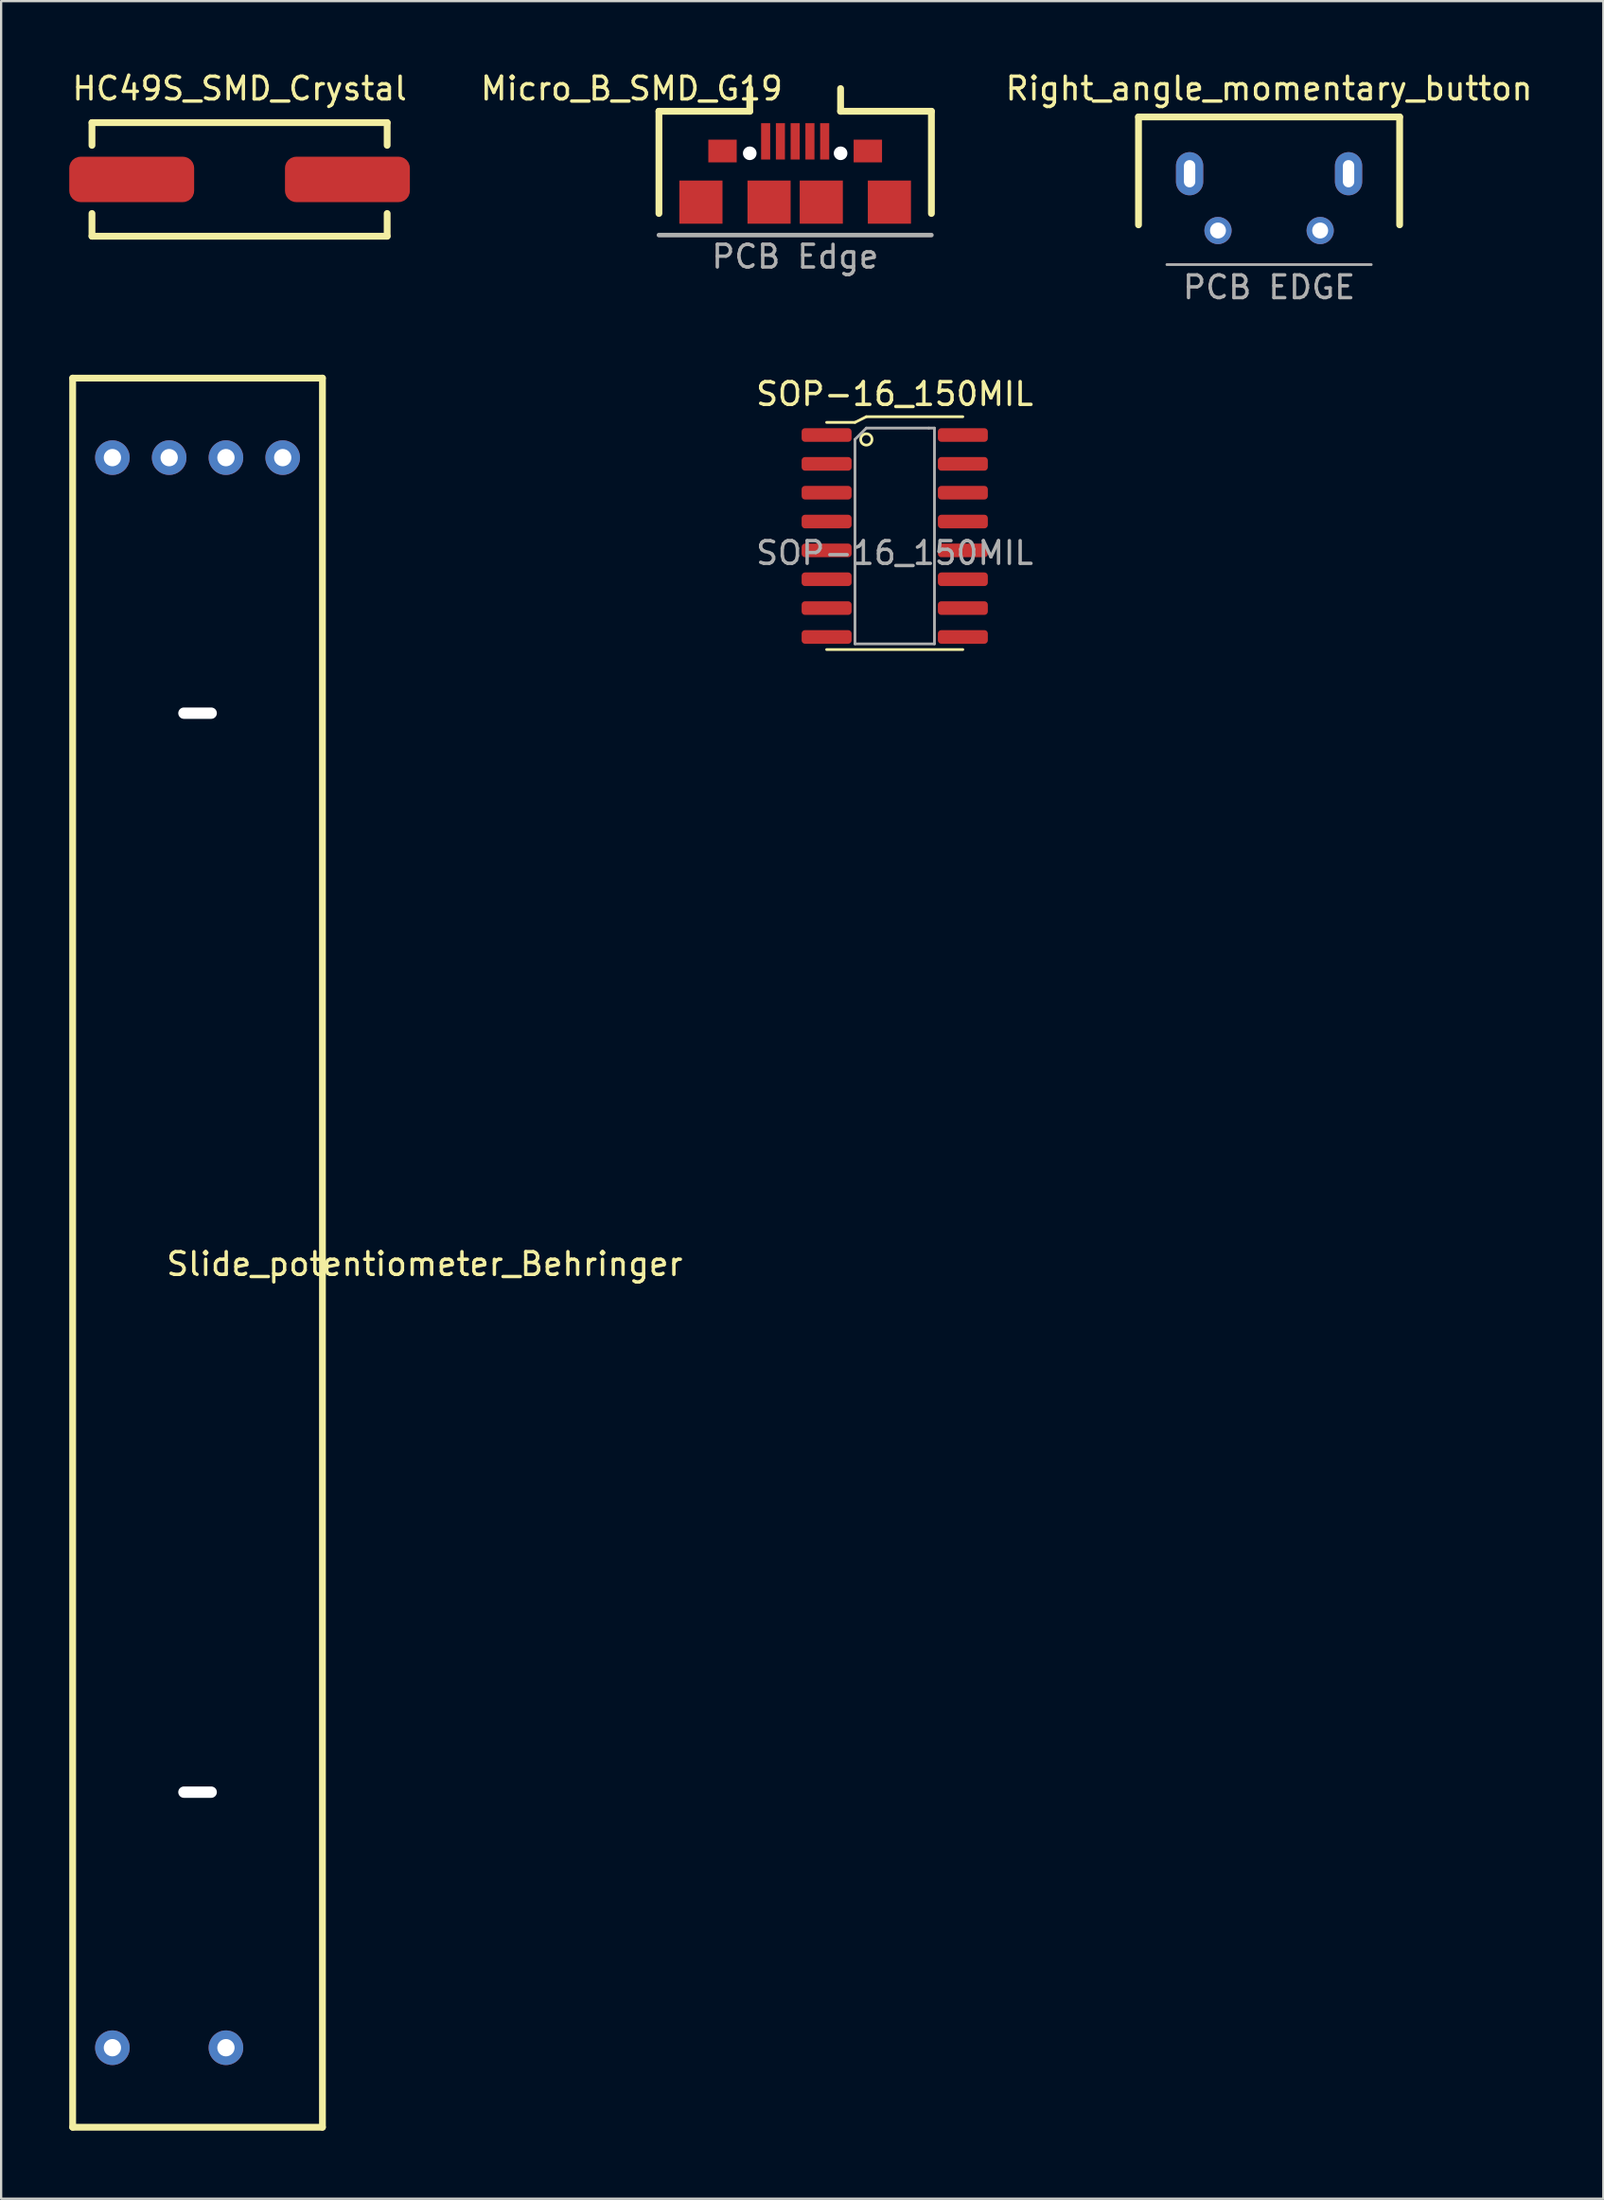
<source format=kicad_pcb>
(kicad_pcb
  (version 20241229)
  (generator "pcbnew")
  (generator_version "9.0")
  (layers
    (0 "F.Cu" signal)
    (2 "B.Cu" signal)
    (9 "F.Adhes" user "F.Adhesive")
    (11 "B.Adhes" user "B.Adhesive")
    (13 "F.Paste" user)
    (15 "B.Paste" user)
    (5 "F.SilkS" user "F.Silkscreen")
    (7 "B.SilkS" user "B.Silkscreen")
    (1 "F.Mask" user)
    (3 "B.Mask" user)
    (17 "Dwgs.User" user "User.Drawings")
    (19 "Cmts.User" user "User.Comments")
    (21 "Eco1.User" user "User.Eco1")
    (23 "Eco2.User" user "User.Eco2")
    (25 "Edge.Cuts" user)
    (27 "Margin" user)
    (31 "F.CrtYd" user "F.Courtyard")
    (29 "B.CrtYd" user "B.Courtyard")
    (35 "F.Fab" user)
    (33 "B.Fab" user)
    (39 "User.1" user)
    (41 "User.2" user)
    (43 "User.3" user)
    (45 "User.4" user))
  (footprint "HC49S_SMD_Crystal"
    (layer "F.Cu")
    (at 7.5 4.848)
    (property "Reference" "HC49S_SMD_Crystal" (at 0 -4 0) (layer "F.SilkS") (effects (font (size 1 1) (thickness 0.15))))
    (attr through_hole)
    (fp_line (start -6.5 -2.5) (end 6.5 -2.5) (stroke (width 0.3) (type solid)) (layer "F.SilkS"))
    (fp_line (start -6.5 -1.5) (end -6.5 -2.5) (stroke (width 0.3) (type solid)) (layer "F.SilkS"))
    (fp_line (start -6.5 2.5) (end -6.5 1.5) (stroke (width 0.3) (type solid)) (layer "F.SilkS"))
    (fp_line (start 6.5 -2.5) (end 6.5 -1.5) (stroke (width 0.3) (type solid)) (layer "F.SilkS"))
    (fp_line (start 6.5 1.5) (end 6.5 2.5) (stroke (width 0.3) (type solid)) (layer "F.SilkS"))
    (fp_line (start 6.5 2.5) (end -6.5 2.5) (stroke (width 0.3) (type solid)) (layer "F.SilkS"))
    (pad "1" smd roundrect (at 4.75 0) (size 5.5 2) (layers "F.Cu" "F.Mask" "F.Paste") (roundrect_rratio 0.25))
    (pad "2" smd roundrect (at -4.75 0) (size 5.5 2) (layers "F.Cu" "F.Mask" "F.Paste") (roundrect_rratio 0.25)))
  (footprint "Micro_B_SMD_G19"
    (layer "F.Cu")
    (at 31.968 5.848)
    (property "Reference" "Micro_B_SMD_G19" (at -7.2 -5 0) (layer "F.SilkS") (effects (font (size 1 1) (thickness 0.15))))
    (attr through_hole)
    (fp_line (start -6 -4) (end -6 0.5) (stroke (width 0.3) (type solid)) (layer "F.SilkS"))
    (fp_line (start -2 -5) (end -2 -4) (stroke (width 0.3) (type solid)) (layer "F.SilkS"))
    (fp_line (start -2 -4) (end -6 -4) (stroke (width 0.3) (type solid)) (layer "F.SilkS"))
    (fp_line (start 2 -4) (end 2 -5) (stroke (width 0.3) (type solid)) (layer "F.SilkS"))
    (fp_line (start 2 -4) (end 6 -4) (stroke (width 0.3) (type solid)) (layer "F.SilkS"))
    (fp_line (start 6 0.5) (end 6 -4) (stroke (width 0.3) (type solid)) (layer "F.SilkS"))
    (fp_line (start -6 1.45) (end 6 1.45) (stroke (width 0.2) (type solid)) (layer "F.Fab"))
    (fp_text user "PCB Edge" (at 0 2.4 0) (layer "F.Fab") (effects (font (size 1 1) (thickness 0.15))))
    (pad "" smd rect (at -4.15 0) (size 1.9 1.9) (layers "F.Cu" "F.Mask" "F.Paste"))
    (pad "" smd rect (at -3.2 -2.25) (size 1.25 1) (layers "F.Cu" "F.Mask" "F.Paste"))
    (pad "" np_thru_hole circle (at -2 -2.15) (size 0.6 0.6) (drill 0.6) (layers "*.Cu" "*.Mask"))
    (pad "" smd rect (at -1.15 0) (size 1.9 1.9) (layers "F.Cu" "F.Mask" "F.Paste"))
    (pad "" smd rect (at 1.15 0) (size 1.9 1.9) (layers "F.Cu" "F.Mask" "F.Paste"))
    (pad "" np_thru_hole circle (at 2 -2.15) (size 0.6 0.6) (drill 0.6) (layers "*.Cu" "*.Mask"))
    (pad "" smd rect (at 3.2 -2.25) (size 1.25 1) (layers "F.Cu" "F.Mask" "F.Paste"))
    (pad "" smd rect (at 4.15 0) (size 1.9 1.9) (layers "F.Cu" "F.Mask" "F.Paste"))
    (pad "1" smd rect (at -1.3 -2.675) (size 0.4 1.6) (layers "F.Cu" "F.Mask" "F.Paste"))
    (pad "2" smd rect (at -0.65 -2.675) (size 0.4 1.6) (layers "F.Cu" "F.Mask" "F.Paste"))
    (pad "3" smd rect (at 0 -2.675) (size 0.4 1.6) (layers "F.Cu" "F.Mask" "F.Paste"))
    (pad "4" smd rect (at 0.65 -2.675) (size 0.4 1.6) (layers "F.Cu" "F.Mask" "F.Paste"))
    (pad "5" smd rect (at 1.3 -2.675) (size 0.4 1.6) (layers "F.Cu" "F.Mask" "F.Paste")))
  (footprint "SOP-16_150MIL"
    (layer "F.Cu")
    (at 36.352 20.545)
    (property "Reference" "SOP-16_150MIL" (at 0 -6.25 0) (layer "F.SilkS") (effects (font (size 1 1) (thickness 0.15))))
    (attr through_hole)
    (fp_line (start -3 -5) (end -1.75 -5) (stroke (width 0.12) (type solid)) (layer "F.SilkS"))
    (fp_line (start -3 5) (end 3 5) (stroke (width 0.12) (type solid)) (layer "F.SilkS"))
    (fp_line (start -1.75 -5) (end -1.25 -5.25) (stroke (width 0.12) (type solid)) (layer "F.SilkS"))
    (fp_line (start -1.25 -5.25) (end 3 -5.25) (stroke (width 0.12) (type solid)) (layer "F.SilkS"))
    (fp_circle (center -1.25 -4.25) (end -1 -4.25) (stroke (width 0.12) (type solid)) (fill no) (layer "F.SilkS"))
    (fp_line (start -1.75 -4.25) (end -1.25 -4.75) (stroke (width 0.12) (type solid)) (layer "F.Fab"))
    (fp_line (start -1.75 4.75) (end -1.75 -4.25) (stroke (width 0.12) (type solid)) (layer "F.Fab"))
    (fp_line (start -1.25 -4.75) (end 1.5 -4.75) (stroke (width 0.12) (type solid)) (layer "F.Fab"))
    (fp_line (start 1.5 -4.75) (end 1.75 -4.75) (stroke (width 0.12) (type solid)) (layer "F.Fab"))
    (fp_line (start 1.75 -4.75) (end 1.75 4.75) (stroke (width 0.12) (type solid)) (layer "F.Fab"))
    (fp_line (start 1.75 4.75) (end -1.75 4.75) (stroke (width 0.12) (type solid)) (layer "F.Fab"))
    (fp_text user "${REFERENCE}" (at 0 0.75 0) (layer "F.Fab") (effects (font (size 1 1) (thickness 0.15))))
    (pad "1" smd roundrect (at -3 -4.445) (size 2.2 0.6) (layers "F.Cu" "F.Mask" "F.Paste") (roundrect_rratio 0.25))
    (pad "2" smd roundrect (at -3 -3.175) (size 2.2 0.6) (layers "F.Cu" "F.Mask" "F.Paste") (roundrect_rratio 0.25))
    (pad "3" smd roundrect (at -3 -1.905) (size 2.2 0.6) (layers "F.Cu" "F.Mask" "F.Paste") (roundrect_rratio 0.25))
    (pad "4" smd roundrect (at -3 -0.635) (size 2.2 0.6) (layers "F.Cu" "F.Mask" "F.Paste") (roundrect_rratio 0.25))
    (pad "5" smd roundrect (at -3 0.635) (size 2.2 0.6) (layers "F.Cu" "F.Mask" "F.Paste") (roundrect_rratio 0.25))
    (pad "6" smd roundrect (at -3 1.905) (size 2.2 0.6) (layers "F.Cu" "F.Mask" "F.Paste") (roundrect_rratio 0.25))
    (pad "7" smd roundrect (at -3 3.175) (size 2.2 0.6) (layers "F.Cu" "F.Mask" "F.Paste") (roundrect_rratio 0.25))
    (pad "8" smd roundrect (at -3 4.445) (size 2.2 0.6) (layers "F.Cu" "F.Mask" "F.Paste") (roundrect_rratio 0.25))
    (pad "9" smd roundrect (at 3 4.445) (size 2.2 0.6) (layers "F.Cu" "F.Mask" "F.Paste") (roundrect_rratio 0.25))
    (pad "10" smd roundrect (at 3 3.175) (size 2.2 0.6) (layers "F.Cu" "F.Mask" "F.Paste") (roundrect_rratio 0.25))
    (pad "11" smd roundrect (at 3 1.905) (size 2.2 0.6) (layers "F.Cu" "F.Mask" "F.Paste") (roundrect_rratio 0.25))
    (pad "12" smd roundrect (at 3 0.635) (size 2.2 0.6) (layers "F.Cu" "F.Mask" "F.Paste") (roundrect_rratio 0.25))
    (pad "13" smd roundrect (at 3 -0.635) (size 2.2 0.6) (layers "F.Cu" "F.Mask" "F.Paste") (roundrect_rratio 0.25))
    (pad "14" smd roundrect (at 3 -1.905) (size 2.2 0.6) (layers "F.Cu" "F.Mask" "F.Paste") (roundrect_rratio 0.25))
    (pad "15" smd roundrect (at 3 -3.175) (size 2.2 0.6) (layers "F.Cu" "F.Mask" "F.Paste") (roundrect_rratio 0.25))
    (pad "16" smd roundrect (at 3 -4.445) (size 2.2 0.6) (layers "F.Cu" "F.Mask" "F.Paste") (roundrect_rratio 0.25)))
  (footprint "Slide_potentiometer_Behringer"
    (layer "F.Cu")
    (at 5.65 52.096)
    (property "Reference" "Slide_potentiometer_Behringer" (at 10 0.5 0) (layer "F.SilkS") (effects (font (size 1 1) (thickness 0.15))))
    (attr through_hole)
    (fp_line (start -5.5 -38.5) (end -5.5 38.5) (stroke (width 0.3) (type solid)) (layer "F.SilkS"))
    (fp_line (start -5.5 38.5) (end 5.5 38.5) (stroke (width 0.3) (type solid)) (layer "F.SilkS"))
    (fp_line (start 5.5 -38.5) (end -5.5 -38.5) (stroke (width 0.3) (type solid)) (layer "F.SilkS"))
    (fp_line (start 5.5 38.5) (end 5.5 -38.5) (stroke (width 0.3) (type solid)) (layer "F.SilkS"))
    (pad "" np_thru_hole oval (at 0 -23.75) (size 1.7 0.5) (drill oval 1.7 0.5) (layers "*.Cu" "*.Mask"))
    (pad "" np_thru_hole oval (at 0 23.75) (size 1.7 0.5) (drill oval 1.7 0.5) (layers "*.Cu" "*.Mask"))
    (pad "1" thru_hole circle (at -3.75 -35) (size 1.524 1.524) (drill 0.762) (layers "*.Cu" "*.Mask"))
    (pad "1" thru_hole circle (at 1.25 -35) (size 1.524 1.524) (drill 0.762) (layers "*.Cu" "*.Mask"))
    (pad "2" thru_hole circle (at -1.25 -35) (size 1.524 1.524) (drill 0.762) (layers "*.Cu" "*.Mask"))
    (pad "2" thru_hole circle (at 3.75 -35) (size 1.524 1.524) (drill 0.762) (layers "*.Cu" "*.Mask"))
    (pad "3" thru_hole circle (at -3.75 35 180) (size 1.524 1.524) (drill 0.762) (layers "*.Cu" "*.Mask"))
    (pad "3" thru_hole circle (at 1.25 35 180) (size 1.524 1.524) (drill 0.762) (layers "*.Cu" "*.Mask")))
  (footprint "Right_angle_momentary_button"
    (layer "F.Cu")
    (at 52.838 4.598)
    (property "Reference" "Right_angle_momentary_button" (at 0 -3.75 0) (layer "F.SilkS") (effects (font (size 1 1) (thickness 0.15))))
    (attr through_hole)
    (fp_line (start -5.75 -2.5) (end 5.75 -2.5) (stroke (width 0.3) (type solid)) (layer "F.SilkS"))
    (fp_line (start -5.75 2.25) (end -5.75 -2.5) (stroke (width 0.3) (type solid)) (layer "F.SilkS"))
    (fp_line (start 5.75 -2.5) (end 5.75 2.25) (stroke (width 0.3) (type solid)) (layer "F.SilkS"))
    (fp_line (start -4.5 4) (end 4.5 4) (stroke (width 0.12) (type solid)) (layer "F.Fab"))
    (fp_text user "PCB EDGE" (at 0 5 0) (layer "F.Fab") (effects (font (size 1 1) (thickness 0.15))))
    (pad "" thru_hole oval (at -3.5 0) (size 1.2 1.9) (drill oval 0.5 1.2) (layers "*.Cu" "*.Mask"))
    (pad "" thru_hole oval (at 3.5 0) (size 1.2 1.9) (drill oval 0.5 1.2) (layers "*.Cu" "*.Mask"))
    (pad "1" thru_hole circle (at -2.25 2.5) (size 1.2 1.2) (drill 0.7) (layers "*.Cu" "*.Mask"))
    (pad "2" thru_hole circle (at 2.25 2.5) (size 1.2 1.2) (drill 0.7) (layers "*.Cu" "*.Mask")))
  (gr_rect
    (start -3 -3)
    (end 67.558 93.746)
    (stroke (width 0.1) (type default))
    (fill no)
    (layer "Edge.Cuts")))
</source>
